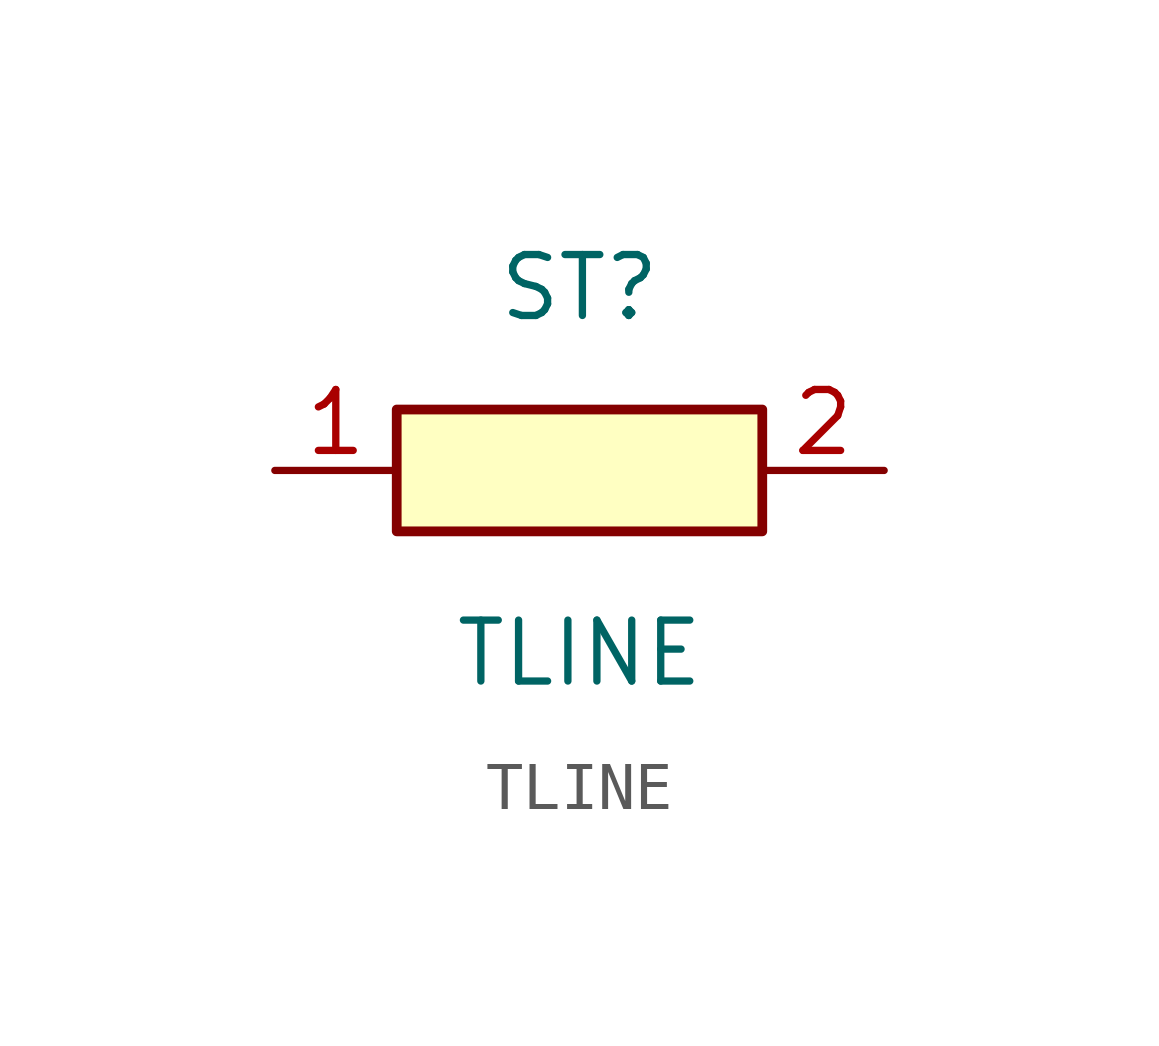
<source format=kicad_sym>
(kicad_symbol_lib
  (version 20211014)
  (generator kicad_symbol_editor)
  (symbol "TLINE"
    (property "Reference" "ST"
      (at 0 3.81 0)
      (effects (font (size 1.27 1.27))))
    (property "Value" "TLINE"
      (at 0 -3.81 0)
      (effects (font (size 1.27 1.27))))
    (symbol "TLINE_0_0"
      (rectangle (start -3.81 1.27) (end 3.81 -1.27) (stroke (width 0.203) (type default) (color 0 0 0 0)) (fill (type background))))
    (symbol "TLINE_1_1"
      (pin passive line (at -6.35 0 0) (length 2.54) (name "" (effects (font (size 1.27 1.27)))) (number "1" (effects (font (size 1.27 1.27)))))
      (pin passive line (at 6.35 0 180) (length 2.54) (name "" (effects (font (size 1.27 1.27)))) (number "2" (effects (font (size 1.27 1.27))))))))
</source>
